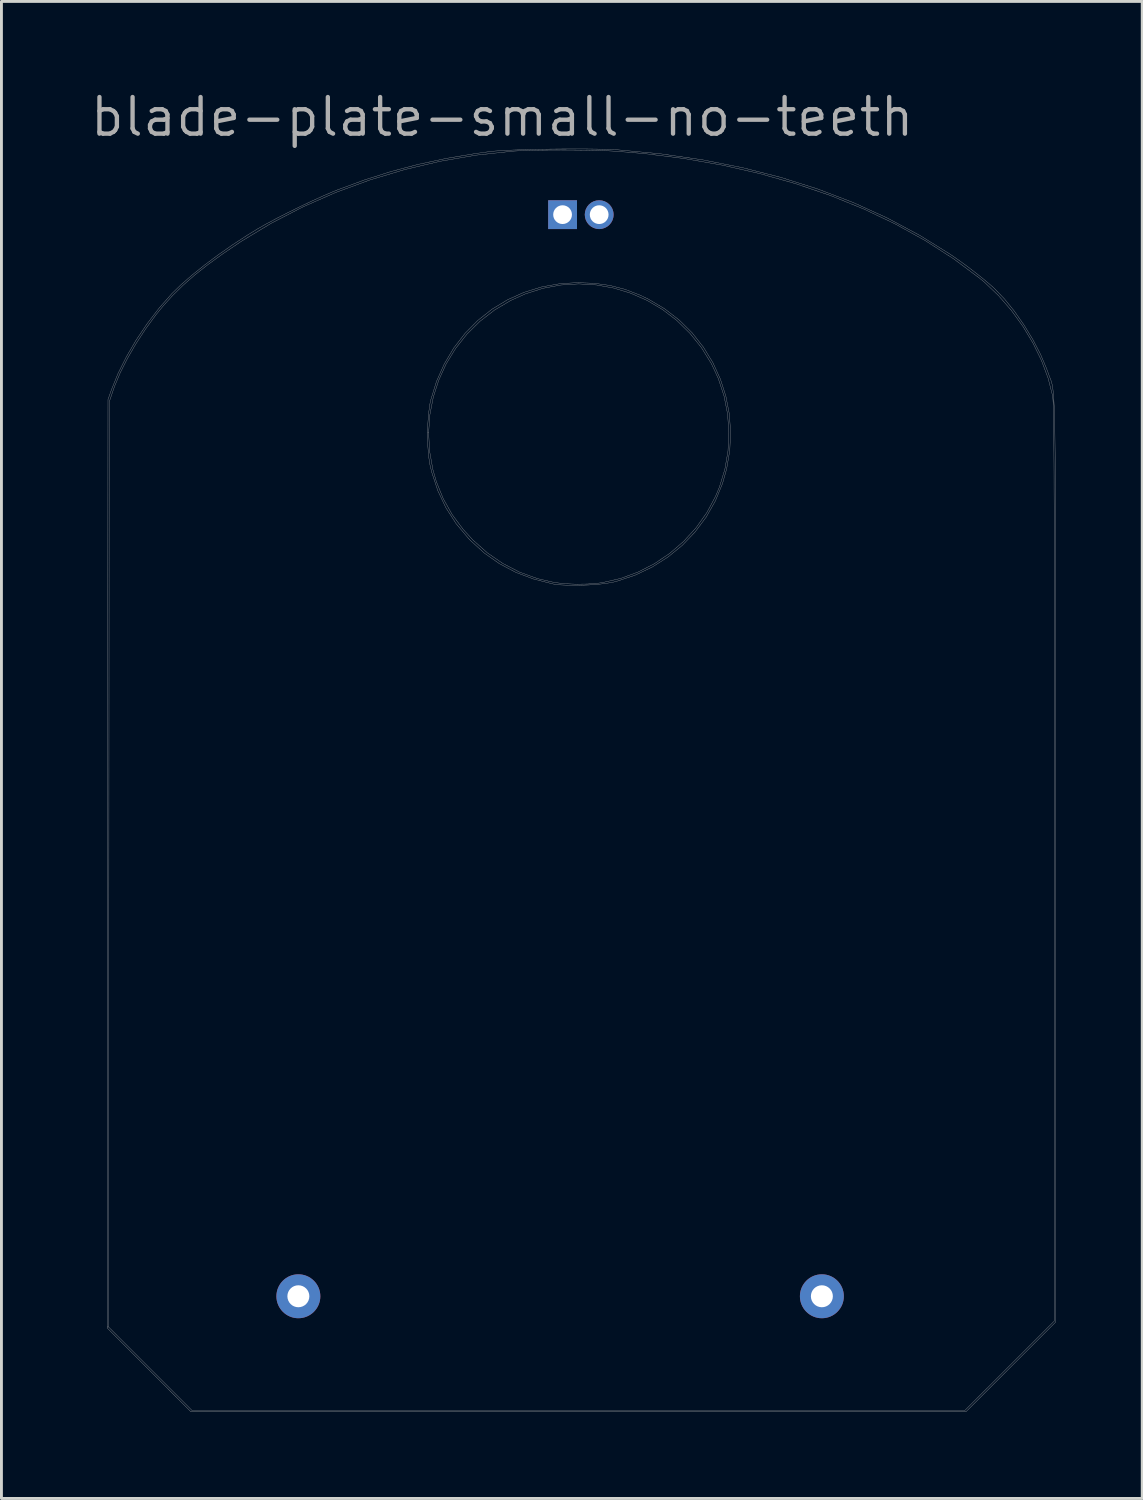
<source format=kicad_pcb>
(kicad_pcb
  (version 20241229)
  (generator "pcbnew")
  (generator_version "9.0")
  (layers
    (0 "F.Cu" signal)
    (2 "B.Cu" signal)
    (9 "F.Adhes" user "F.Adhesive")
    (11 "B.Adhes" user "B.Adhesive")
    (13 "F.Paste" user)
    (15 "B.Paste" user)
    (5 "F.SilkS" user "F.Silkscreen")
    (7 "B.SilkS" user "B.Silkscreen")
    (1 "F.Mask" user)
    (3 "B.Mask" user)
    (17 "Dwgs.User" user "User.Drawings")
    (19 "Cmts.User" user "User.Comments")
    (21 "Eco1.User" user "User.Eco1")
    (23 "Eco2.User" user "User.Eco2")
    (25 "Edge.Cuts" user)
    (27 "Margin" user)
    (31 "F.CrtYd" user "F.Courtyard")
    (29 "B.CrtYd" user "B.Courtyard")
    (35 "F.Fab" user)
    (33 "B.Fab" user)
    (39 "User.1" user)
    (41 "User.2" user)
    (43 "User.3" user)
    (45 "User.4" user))
  (footprint "blade-plate-small-no-teeth"
    (layer "F.Cu")
    (at 17.1 23.996)
    (property "Reference" "blade-plate-small-no-teeth" (at -2.73 -22.99 0) (layer "F.Fab") (effects (font (size 1.27 1.27) (thickness 0.15))))
    (attr through_hole)
    (fp_poly (pts (xy 0.465 -17.219) (xy 1.009 -17.144) (xy 1.525 -17.011) (xy 2.034 -16.816) (xy 2.344 -16.668) (xy 2.907 -16.334) (xy 3.415 -15.941) (xy 3.865 -15.495) (xy 4.253 -15.001) (xy 4.579 -14.468) (xy 4.838 -13.9) (xy 5.029 -13.305) (xy 5.149 -12.689) (xy 5.195 -12.058) (xy 5.165 -11.418) (xy 5.056 -10.777) (xy 4.912 -10.269) (xy 4.665 -9.668) (xy 4.347 -9.107) (xy 3.963 -8.593) (xy 3.519 -8.129) (xy 3.021 -7.722) (xy 2.474 -7.375) (xy 1.884 -7.095) (xy 1.257 -6.886) (xy 1.141 -6.856) (xy 0.9 -6.812) (xy 0.604 -6.777) (xy 0.274 -6.754) (xy -0.068 -6.742) (xy -0.398 -6.742) (xy -0.695 -6.756) (xy -0.935 -6.783) (xy -0.974 -6.791) (xy -1.642 -6.96) (xy -2.256 -7.191) (xy -2.82 -7.488) (xy -3.342 -7.854) (xy -3.826 -8.292) (xy -3.896 -8.365) (xy -4.324 -8.875) (xy -4.679 -9.426) (xy -4.962 -10.02) (xy -5.172 -10.658) (xy -5.236 -10.923) (xy -5.281 -11.211) (xy -5.308 -11.555) (xy -5.318 -11.929) (xy -5.316 -12.032) (xy -5.281 -12.032) (xy -5.248 -11.399) (xy -5.135 -10.764) (xy -5.014 -10.34) (xy -4.774 -9.748) (xy -4.463 -9.195) (xy -4.077 -8.676) (xy -3.747 -8.316) (xy -3.245 -7.869) (xy -2.702 -7.496) (xy -2.121 -7.197) (xy -1.506 -6.975) (xy -0.913 -6.839) (xy -0.566 -6.798) (xy -0.173 -6.781) (xy 0.228 -6.787) (xy 0.601 -6.816) (xy 0.745 -6.836) (xy 1.376 -6.98) (xy 1.98 -7.201) (xy 2.551 -7.493) (xy 3.081 -7.85) (xy 3.566 -8.268) (xy 3.996 -8.74) (xy 4.367 -9.262) (xy 4.671 -9.828) (xy 4.806 -10.151) (xy 4.994 -10.768) (xy 5.103 -11.402) (xy 5.134 -12.043) (xy 5.088 -12.684) (xy 4.965 -13.312) (xy 4.765 -13.92) (xy 4.527 -14.429) (xy 4.18 -14.989) (xy 3.776 -15.491) (xy 3.324 -15.932) (xy 2.828 -16.311) (xy 2.295 -16.625) (xy 1.732 -16.873) (xy 1.145 -17.052) (xy 0.54 -17.161) (xy -0.076 -17.198) (xy -0.696 -17.159) (xy -1.315 -17.045) (xy -1.926 -16.851) (xy -2.429 -16.626) (xy -2.994 -16.291) (xy -3.504 -15.898) (xy -3.954 -15.452) (xy -4.344 -14.959) (xy -4.67 -14.428) (xy -4.929 -13.862) (xy -5.119 -13.271) (xy -5.238 -12.658) (xy -5.281 -12.032) (xy -5.316 -12.032) (xy -5.311 -12.31) (xy -5.286 -12.673) (xy -5.245 -12.994) (xy -5.21 -13.166) (xy -5.009 -13.816) (xy -4.74 -14.421) (xy -4.408 -14.979) (xy -4.017 -15.484) (xy -3.574 -15.933) (xy -3.081 -16.322) (xy -2.544 -16.648) (xy -1.968 -16.907) (xy -1.358 -17.094) (xy -0.717 -17.207) (xy -0.127 -17.241) (xy 0.465 -17.219)) (stroke (width 0.01) (type solid)) (fill no) (layer "F.Fab"))
    (fp_poly (pts (xy 0.174 -21.879) (xy 0.563 -21.874) (xy 0.909 -21.865) (xy 1.198 -21.853) (xy 1.296 -21.847) (xy 2.781 -21.708) (xy 4.217 -21.503) (xy 5.602 -21.231) (xy 6.937 -20.893) (xy 8.22 -20.489) (xy 9.452 -20.019) (xy 10.631 -19.483) (xy 11.757 -18.881) (xy 12.806 -18.23) (xy 13.094 -18.031) (xy 13.401 -17.808) (xy 13.706 -17.574) (xy 13.99 -17.347) (xy 14.233 -17.141) (xy 14.341 -17.043) (xy 14.694 -16.677) (xy 15.043 -16.245) (xy 15.376 -15.767) (xy 15.682 -15.263) (xy 15.947 -14.751) (xy 16.159 -14.25) (xy 16.207 -14.118) (xy 16.229 -14.055) (xy 16.25 -13.999) (xy 16.27 -13.949) (xy 16.289 -13.901) (xy 16.306 -13.853) (xy 16.323 -13.802) (xy 16.338 -13.746) (xy 16.352 -13.682) (xy 16.365 -13.607) (xy 16.377 -13.52) (xy 16.388 -13.416) (xy 16.398 -13.295) (xy 16.407 -13.152) (xy 16.416 -12.987) (xy 16.423 -12.795) (xy 16.43 -12.574) (xy 16.436 -12.323) (xy 16.442 -12.038) (xy 16.446 -11.716) (xy 16.451 -11.356) (xy 16.454 -10.954) (xy 16.457 -10.508) (xy 16.46 -10.015) (xy 16.462 -9.474) (xy 16.464 -8.88) (xy 16.465 -8.232) (xy 16.466 -7.527) (xy 16.467 -6.763) (xy 16.468 -5.936) (xy 16.468 -5.045) (xy 16.468 -4.087) (xy 16.468 -3.058) (xy 16.468 -1.958) (xy 16.468 -0.782) (xy 16.468 0.471) (xy 16.468 1.805) (xy 16.468 2.85) (xy 16.468 18.818) (xy 14.912 20.373) (xy 13.356 21.929) (xy -13.526 21.929) (xy -14.976 20.478) (xy -16.426 19.028) (xy -16.426 18.985) (xy -16.384 18.985) (xy -14.934 20.436) (xy -13.484 21.886) (xy 13.313 21.886) (xy 14.869 20.331) (xy 16.425 18.775) (xy 16.425 2.893) (xy 16.425 1.498) (xy 16.425 0.186) (xy 16.425 -1.047) (xy 16.425 -2.203) (xy 16.424 -3.285) (xy 16.424 -4.294) (xy 16.423 -5.233) (xy 16.423 -6.105) (xy 16.422 -6.912) (xy 16.421 -7.658) (xy 16.42 -8.343) (xy 16.419 -8.971) (xy 16.417 -9.545) (xy 16.415 -10.066) (xy 16.414 -10.538) (xy 16.412 -10.962) (xy 16.409 -11.342) (xy 16.407 -11.679) (xy 16.404 -11.977) (xy 16.401 -12.238) (xy 16.398 -12.463) (xy 16.395 -12.657) (xy 16.391 -12.82) (xy 16.387 -12.957) (xy 16.383 -13.069) (xy 16.378 -13.158) (xy 16.373 -13.228) (xy 16.368 -13.28) (xy 16.362 -13.318) (xy 16.362 -13.32) (xy 16.209 -13.921) (xy 15.981 -14.53) (xy 15.687 -15.135) (xy 15.335 -15.722) (xy 14.932 -16.279) (xy 14.486 -16.793) (xy 14.004 -17.252) (xy 13.843 -17.386) (xy 12.927 -18.069) (xy 11.947 -18.699) (xy 10.905 -19.276) (xy 9.807 -19.798) (xy 8.654 -20.265) (xy 7.451 -20.674) (xy 6.201 -21.025) (xy 4.907 -21.317) (xy 3.572 -21.548) (xy 2.2 -21.718) (xy 1.211 -21.799) (xy 0.917 -21.815) (xy 0.563 -21.827) (xy 0.166 -21.835) (xy -0.258 -21.84) (xy -0.691 -21.842) (xy -1.118 -21.84) (xy -1.522 -21.834) (xy -1.886 -21.825) (xy -2.194 -21.812) (xy -2.371 -21.801) (xy -3.635 -21.664) (xy -4.888 -21.45) (xy -6.121 -21.161) (xy -7.329 -20.8) (xy -8.505 -20.369) (xy -9.643 -19.869) (xy -10.736 -19.304) (xy -11.778 -18.675) (xy -11.832 -18.639) (xy -12.42 -18.242) (xy -12.939 -17.866) (xy -13.397 -17.503) (xy -13.805 -17.145) (xy -14.172 -16.784) (xy -14.507 -16.412) (xy -14.737 -16.129) (xy -15.096 -15.638) (xy -15.43 -15.127) (xy -15.727 -14.614) (xy -15.979 -14.114) (xy -16.176 -13.644) (xy -16.223 -13.511) (xy -16.362 -13.102) (xy -16.373 2.942) (xy -16.384 18.985) (xy -16.426 18.985) (xy -16.415 2.92) (xy -16.404 -13.187) (xy -16.285 -13.525) (xy -16.059 -14.085) (xy -15.769 -14.666) (xy -15.427 -15.252) (xy -15.042 -15.824) (xy -14.626 -16.365) (xy -14.191 -16.858) (xy -14.183 -16.866) (xy -13.865 -17.175) (xy -13.483 -17.508) (xy -13.049 -17.856) (xy -12.576 -18.21) (xy -12.077 -18.558) (xy -11.565 -18.892) (xy -11.227 -19.1) (xy -10.928 -19.271) (xy -10.57 -19.463) (xy -10.172 -19.666) (xy -9.756 -19.871) (xy -9.341 -20.069) (xy -8.946 -20.248) (xy -8.592 -20.4) (xy -8.445 -20.459) (xy -7.508 -20.804) (xy -6.578 -21.099) (xy -5.636 -21.346) (xy -4.661 -21.553) (xy -3.634 -21.724) (xy -3.175 -21.786) (xy -2.971 -21.807) (xy -2.694 -21.825) (xy -2.359 -21.841) (xy -1.977 -21.854) (xy -1.563 -21.865) (xy -1.127 -21.873) (xy -0.684 -21.878) (xy -0.246 -21.88) (xy 0.174 -21.879)) (stroke (width 0.01) (type solid)) (fill no) (layer "F.Fab"))
    (pad "1" thru_hole circle (at -9.8 17.92) (size 1.524 1.524) (drill 0.762) (layers "*.Cu" "*.Mask"))
    (pad "1" thru_hole circle (at 0.635 -19.6 180) (size 1 1) (drill 0.65) (layers "*.Cu" "*.Mask"))
    (pad "2" thru_hole rect (at -0.635 -19.6 90) (size 1 1) (drill 0.65) (layers "*.Cu" "*.Mask"))
    (pad "2" thru_hole circle (at 8.36 17.92) (size 1.524 1.524) (drill 0.762) (layers "*.Cu" "*.Mask")))
  (gr_rect
    (start -3 -3)
    (end 36.573 48.93)
    (stroke (width 0.1) (type default))
    (fill no)
    (layer "Edge.Cuts")))
</source>
